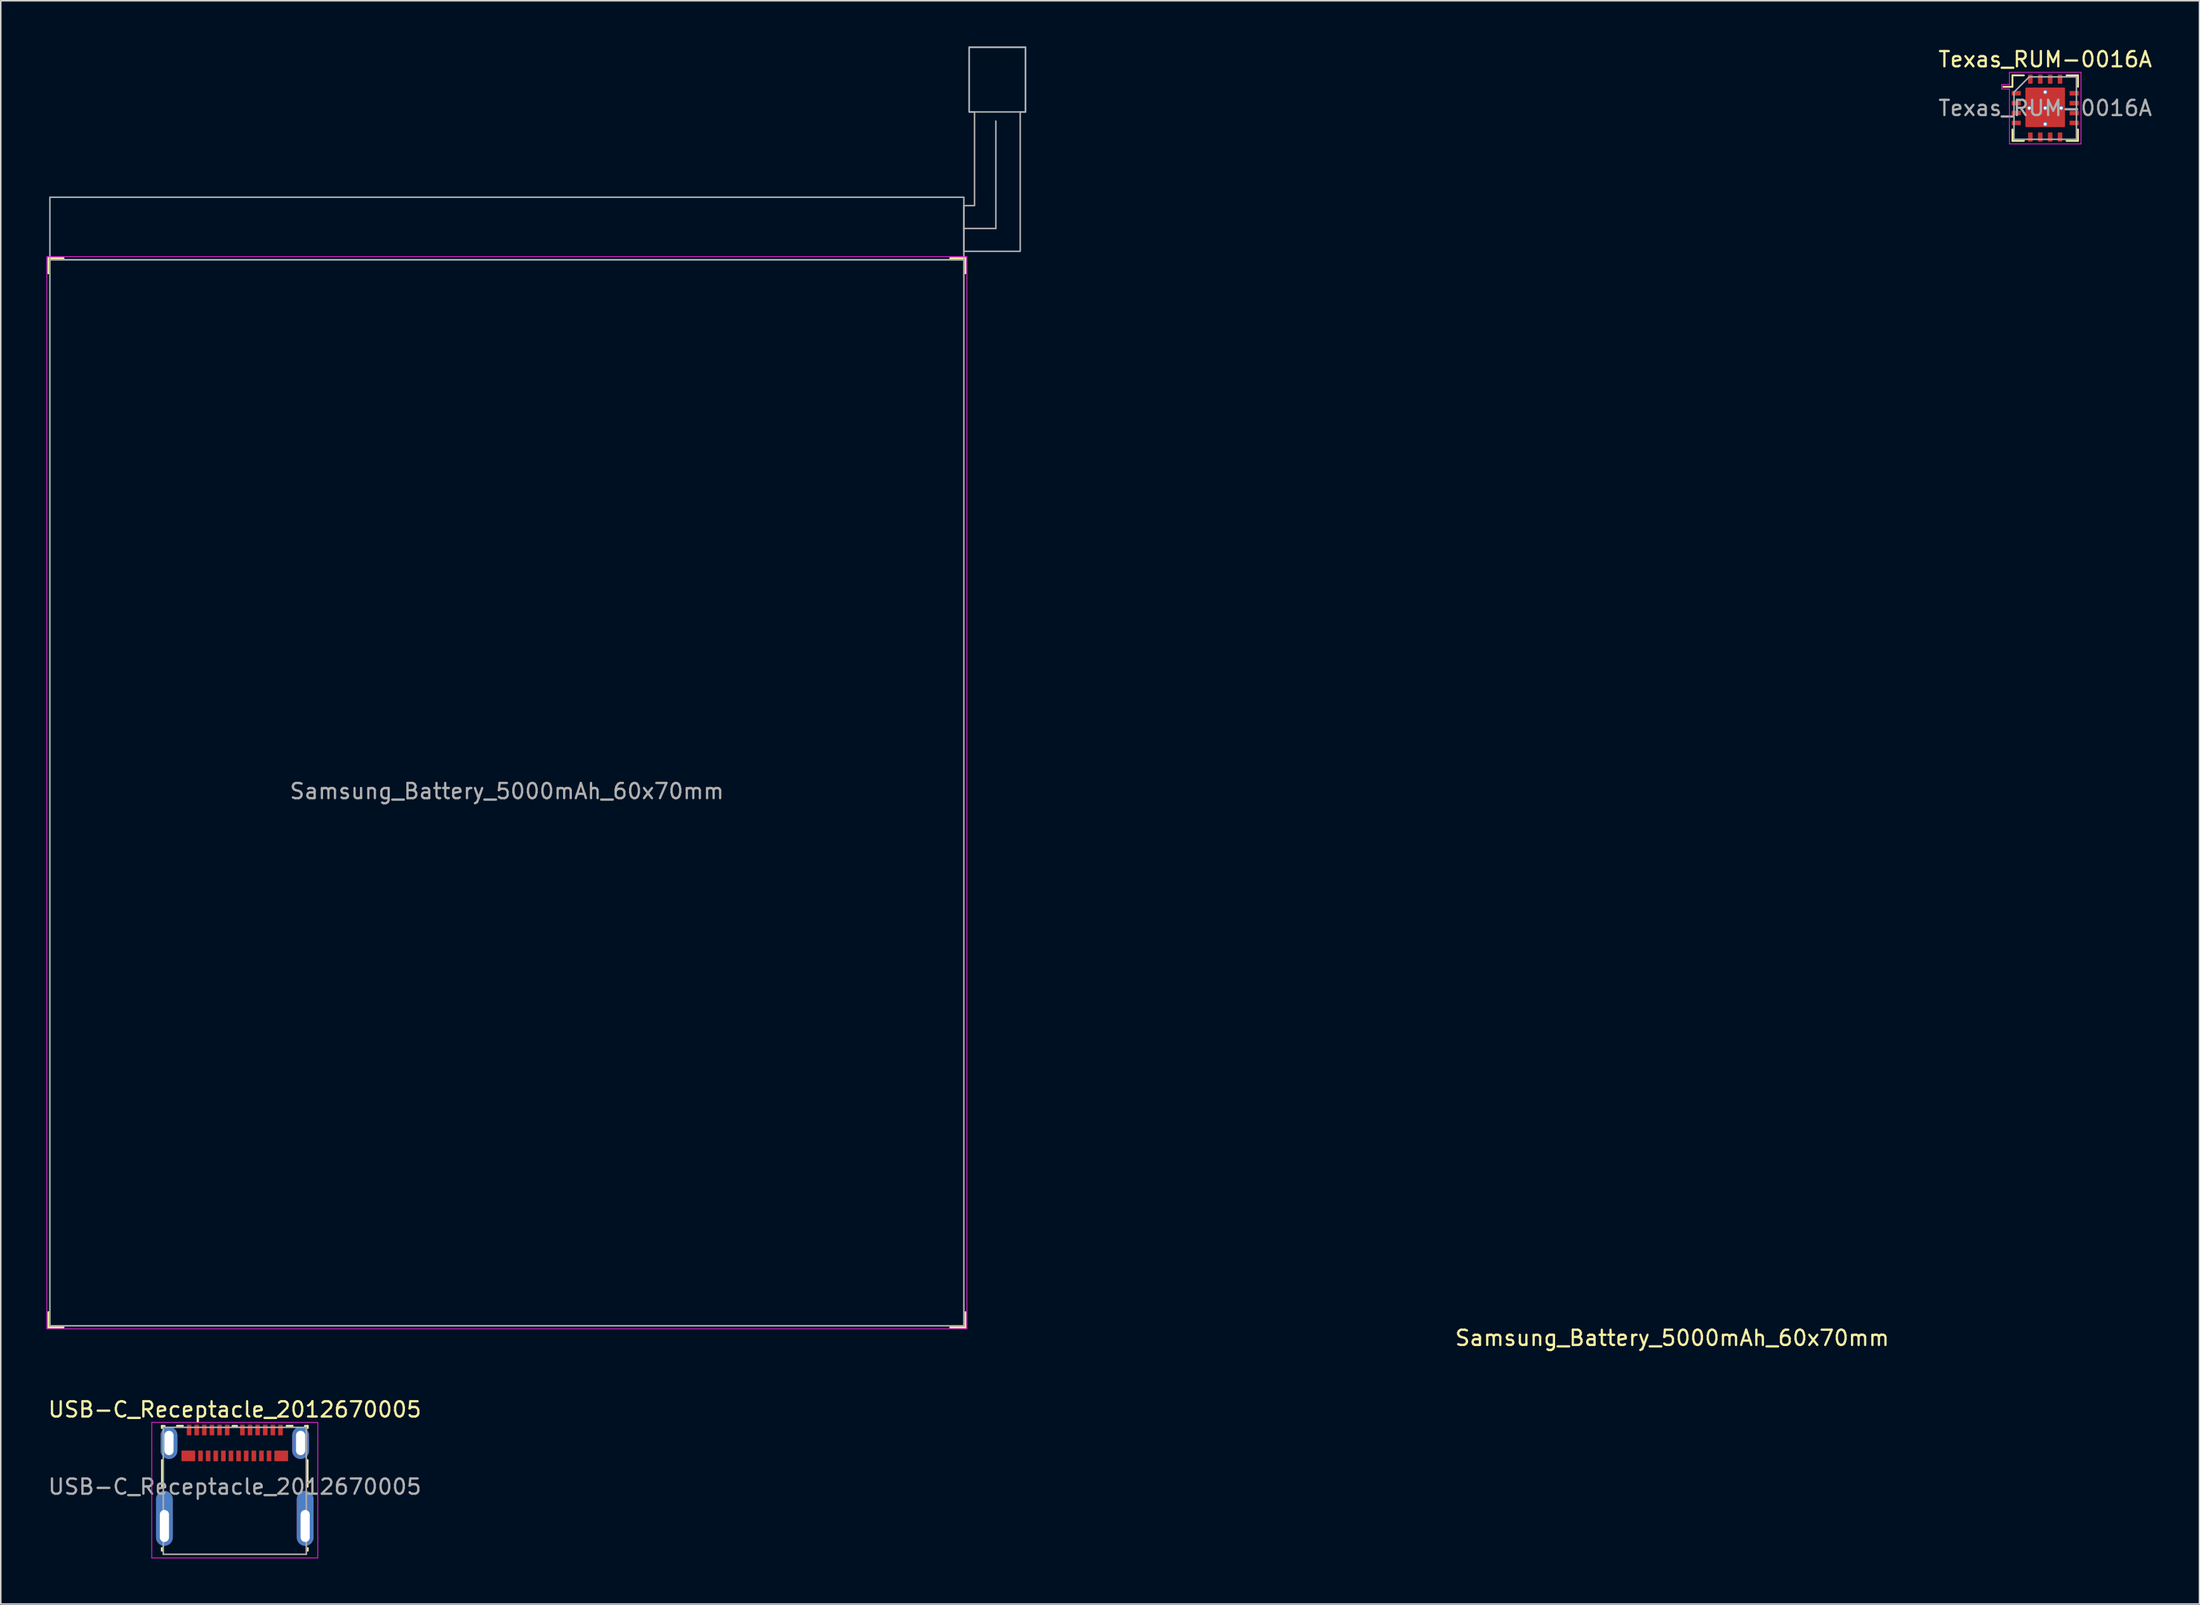
<source format=kicad_pcb>
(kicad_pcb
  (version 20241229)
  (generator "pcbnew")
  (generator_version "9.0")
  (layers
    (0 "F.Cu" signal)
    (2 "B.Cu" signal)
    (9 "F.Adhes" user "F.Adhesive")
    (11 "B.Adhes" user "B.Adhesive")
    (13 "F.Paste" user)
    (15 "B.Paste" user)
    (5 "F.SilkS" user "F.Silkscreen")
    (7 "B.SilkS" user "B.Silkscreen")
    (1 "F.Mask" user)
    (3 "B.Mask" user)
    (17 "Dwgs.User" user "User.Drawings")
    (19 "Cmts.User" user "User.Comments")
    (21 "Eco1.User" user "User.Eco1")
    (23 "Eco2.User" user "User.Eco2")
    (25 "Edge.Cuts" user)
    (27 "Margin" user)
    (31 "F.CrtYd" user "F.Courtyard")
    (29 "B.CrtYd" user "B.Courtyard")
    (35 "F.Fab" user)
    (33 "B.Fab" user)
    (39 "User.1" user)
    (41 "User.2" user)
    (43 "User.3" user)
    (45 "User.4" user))
  (footprint "Texas_RUM-0016A"
    (layer "F.Cu")
    (at 131.213 4.048)
    (property "Reference" "Texas_RUM-0016A" (at 0 -3.2 0) (layer "F.SilkS") (effects (font (size 1 1) (thickness 0.15))))
    (attr smd)
    (fp_line (start -2.15 -1.4) (end -2.75 -1.4) (stroke (width 0.12) (type solid)) (layer "F.SilkS"))
    (fp_line (start -2.15 -1.4) (end -2.15 -2.15) (stroke (width 0.12) (type solid)) (layer "F.SilkS"))
    (fp_line (start -2.15 1.4) (end -2.15 2.15) (stroke (width 0.12) (type solid)) (layer "F.SilkS"))
    (fp_line (start -1.4 -2.15) (end -2.15 -2.15) (stroke (width 0.12) (type solid)) (layer "F.SilkS"))
    (fp_line (start -1.4 2.15) (end -2.15 2.15) (stroke (width 0.12) (type solid)) (layer "F.SilkS"))
    (fp_line (start 2.15 -2.15) (end 1.4 -2.15) (stroke (width 0.12) (type solid)) (layer "F.SilkS"))
    (fp_line (start 2.15 -1.4) (end 2.15 -2.15) (stroke (width 0.12) (type solid)) (layer "F.SilkS"))
    (fp_line (start 2.15 1.4) (end 2.15 2.15) (stroke (width 0.12) (type solid)) (layer "F.SilkS"))
    (fp_line (start 2.15 2.15) (end 1.4 2.15) (stroke (width 0.12) (type solid)) (layer "F.SilkS"))
    (fp_line (start -2.85 -1.55) (end -2.85 -1.25) (stroke (width 0.05) (type solid)) (layer "F.CrtYd"))
    (fp_line (start -2.85 -1.55) (end -2.35 -1.55) (stroke (width 0.05) (type solid)) (layer "F.CrtYd"))
    (fp_line (start -2.85 -1.25) (end -2.35 -1.25) (stroke (width 0.05) (type solid)) (layer "F.CrtYd"))
    (fp_line (start -2.35 -2.35) (end -2.35 -1.55) (stroke (width 0.05) (type solid)) (layer "F.CrtYd"))
    (fp_line (start -2.35 -1.25) (end -2.35 2.35) (stroke (width 0.05) (type solid)) (layer "F.CrtYd"))
    (fp_line (start -2.35 2.35) (end 2.35 2.35) (stroke (width 0.05) (type solid)) (layer "F.CrtYd"))
    (fp_line (start 2.35 -2.35) (end -2.35 -2.35) (stroke (width 0.05) (type solid)) (layer "F.CrtYd"))
    (fp_line (start 2.35 2.35) (end 2.35 -2.35) (stroke (width 0.05) (type solid)) (layer "F.CrtYd"))
    (fp_line (start -2.05 -1.05) (end -2.05 2.05) (stroke (width 0.1) (type solid)) (layer "F.Fab"))
    (fp_line (start -2.05 2.05) (end 2.05 2.05) (stroke (width 0.1) (type solid)) (layer "F.Fab"))
    (fp_line (start -1.05 -2.05) (end -2.05 -1.05) (stroke (width 0.1) (type solid)) (layer "F.Fab"))
    (fp_line (start 2.05 -2.05) (end -1.05 -2.05) (stroke (width 0.1) (type solid)) (layer "F.Fab"))
    (fp_line (start 2.05 2.05) (end 2.05 -2.05) (stroke (width 0.1) (type solid)) (layer "F.Fab"))
    (fp_text user "${REFERENCE}" (at 0 0 0) (layer "F.Fab") (effects (font (size 1 1) (thickness 0.15))))
    (pad "1" smd roundrect (at -1.9 -0.975) (size 0.6 0.3) (layers "F.Cu" "F.Mask" "F.Paste") (roundrect_rratio 0.125))
    (pad "2" smd roundrect (at -1.9 -0.325) (size 0.6 0.3) (layers "F.Cu" "F.Mask" "F.Paste") (roundrect_rratio 0.125))
    (pad "3" smd roundrect (at -1.9 0.325) (size 0.6 0.3) (layers "F.Cu" "F.Mask" "F.Paste") (roundrect_rratio 0.125))
    (pad "4" smd roundrect (at -1.9 0.975) (size 0.6 0.3) (layers "F.Cu" "F.Mask" "F.Paste") (roundrect_rratio 0.125))
    (pad "5" smd roundrect (at -0.975 1.9 90) (size 0.6 0.3) (layers "F.Cu" "F.Mask" "F.Paste") (roundrect_rratio 0.125))
    (pad "6" smd roundrect (at -0.325 1.9 90) (size 0.6 0.3) (layers "F.Cu" "F.Mask" "F.Paste") (roundrect_rratio 0.125))
    (pad "7" smd roundrect (at 0.325 1.9 90) (size 0.6 0.3) (layers "F.Cu" "F.Mask" "F.Paste") (roundrect_rratio 0.125))
    (pad "8" smd roundrect (at 0.975 1.9 90) (size 0.6 0.3) (layers "F.Cu" "F.Mask" "F.Paste") (roundrect_rratio 0.125))
    (pad "9" smd roundrect (at 1.9 0.975) (size 0.6 0.3) (layers "F.Cu" "F.Mask" "F.Paste") (roundrect_rratio 0.125))
    (pad "10" smd roundrect (at 1.9 0.325) (size 0.6 0.3) (layers "F.Cu" "F.Mask" "F.Paste") (roundrect_rratio 0.125))
    (pad "11" smd roundrect (at 1.9 -0.325) (size 0.6 0.3) (layers "F.Cu" "F.Mask" "F.Paste") (roundrect_rratio 0.125))
    (pad "12" smd roundrect (at 1.9 -0.975) (size 0.6 0.3) (layers "F.Cu" "F.Mask" "F.Paste") (roundrect_rratio 0.125))
    (pad "13" smd roundrect (at 0.975 -1.9 90) (size 0.6 0.3) (layers "F.Cu" "F.Mask" "F.Paste") (roundrect_rratio 0.125))
    (pad "14" smd roundrect (at 0.325 -1.9 90) (size 0.6 0.3) (layers "F.Cu" "F.Mask" "F.Paste") (roundrect_rratio 0.125))
    (pad "15" smd roundrect (at -0.325 -1.9 90) (size 0.6 0.3) (layers "F.Cu" "F.Mask" "F.Paste") (roundrect_rratio 0.125))
    (pad "16" smd roundrect (at -0.975 -1.9 90) (size 0.6 0.3) (layers "F.Cu" "F.Mask" "F.Paste") (roundrect_rratio 0.125))
    (pad "DAP" thru_hole circle (at -1.05 0 90) (size 0.3 0.3) (drill 0.2) (layers "*.Cu" "*.Mask"))
    (pad "DAP" thru_hole circle (at 0 -1.05 90) (size 0.3 0.3) (drill 0.2) (layers "*.Cu" "*.Mask"))
    (pad "DAP" smd roundrect (at 0 -0.05 90) (size 2.6 2.6) (layers "F.Cu" "F.Mask" "F.Paste") (roundrect_rratio 0.025))
    (pad "DAP" thru_hole circle (at 0 0 90) (size 0.3 0.3) (drill 0.2) (layers "*.Cu" "*.Mask"))
    (pad "DAP" thru_hole circle (at 0 1.05 90) (size 0.3 0.3) (drill 0.2) (layers "*.Cu" "*.Mask"))
    (pad "DAP" thru_hole circle (at 1.05 0 90) (size 0.3 0.3) (drill 0.2) (layers "*.Cu" "*.Mask")))
  (footprint "Samsung_Battery_5000mAh_60x70mm"
    (layer "F.Cu")
    (at 30.225 49)
    (property "Reference" "Samsung_Battery_5000mAh_60x70mm" (at 76.5 35.8 0) (unlocked yes) (layer "F.SilkS") (effects (font (size 1 1) (thickness 0.15))))
    (attr exclude_from_pos_files)
    (fp_line (start -30.1 -35.1) (end -30.1 -34.1) (stroke (width 0.12) (type default)) (layer "F.SilkS"))
    (fp_line (start -30.1 -35.1) (end -29.1 -35.1) (stroke (width 0.12) (type default)) (layer "F.SilkS"))
    (fp_line (start -30.1 35.1) (end -30.1 34.1) (stroke (width 0.12) (type default)) (layer "F.SilkS"))
    (fp_line (start -30.1 35.1) (end -29.1 35.1) (stroke (width 0.12) (type default)) (layer "F.SilkS"))
    (fp_line (start 30.1 -35.1) (end 29.1 -35.1) (stroke (width 0.12) (type default)) (layer "F.SilkS"))
    (fp_line (start 30.1 -35.1) (end 30.1 -34.1) (stroke (width 0.12) (type default)) (layer "F.SilkS"))
    (fp_line (start 30.1 35.1) (end 29.1 35.1) (stroke (width 0.12) (type default)) (layer "F.SilkS"))
    (fp_line (start 30.1 35.1) (end 30.1 34.1) (stroke (width 0.12) (type default)) (layer "F.SilkS"))
    (fp_rect (start -30.2 -35.2) (end 30.2 35.2) (stroke (width 0.05) (type default)) (fill no) (layer "F.CrtYd"))
    (fp_line (start 32.1 -37.05) (end 30 -37.05) (stroke (width 0.1) (type default)) (layer "F.Fab"))
    (fp_line (start 32.1 -37.05) (end 32.1 -44.1) (stroke (width 0.1) (type default)) (layer "F.Fab"))
    (fp_rect (start -30 -39.1) (end 30 -35) (stroke (width 0.1) (type default)) (fill no) (layer "F.Fab"))
    (fp_rect (start -30 -35) (end 30 35) (stroke (width 0.1) (type default)) (fill no) (layer "F.Fab"))
    (fp_rect (start 30.35 -48.95) (end 34.05 -44.7) (stroke (width 0.1) (type default)) (fill no) (layer "F.Fab"))
    (fp_poly (pts (xy 30 -38.55) (xy 30.7 -38.55) (xy 30.7 -44.7) (xy 30.35 -44.7) (xy 30.35 -48.95) (xy 34.05 -48.95) (xy 34.05 -44.7) (xy 33.7 -44.7) (xy 33.7 -35.55) (xy 30 -35.55)) (stroke (width 0.1) (type solid)) (fill no) (layer "F.Fab"))
    (fp_text user "${REFERENCE}" (at 0 -0.1 0) (unlocked yes) (layer "F.Fab") (effects (font (size 1 1) (thickness 0.15)))))
  (footprint "USB-C_Receptacle_2012670005"
    (layer "F.Cu")
    (at 12.363 94.816)
    (property "Reference" "USB-C_Receptacle_2012670005" (at 0 -5.319 180) (layer "F.SilkS") (effects (font (size 1 1) (thickness 0.15))))
    (fp_line (start -4.79 -4.245) (end -4.79 -4.1) (stroke (width 0.12) (type solid)) (layer "F.SilkS"))
    (fp_line (start -4.79 -4.245) (end -4.6 -4.245) (stroke (width 0.12) (type solid)) (layer "F.SilkS"))
    (fp_line (start -4.79 3.95) (end -4.79 3.775) (stroke (width 0.12) (type solid)) (layer "F.SilkS"))
    (fp_line (start -4.78 -0.25) (end -4.78 -2) (stroke (width 0.12) (type solid)) (layer "F.SilkS"))
    (fp_line (start -3.8 -4.25) (end -3.4 -4.25) (stroke (width 0.12) (type solid)) (layer "F.SilkS"))
    (fp_line (start -0.15 -4.245) (end 0.15 -4.245) (stroke (width 0.12) (type solid)) (layer "F.SilkS"))
    (fp_line (start 3.8 -4.25) (end 3.4 -4.25) (stroke (width 0.12) (type solid)) (layer "F.SilkS"))
    (fp_line (start 4.6 -4.245) (end 4.79 -4.245) (stroke (width 0.12) (type solid)) (layer "F.SilkS"))
    (fp_line (start 4.78 -0.25) (end 4.78 -2) (stroke (width 0.12) (type solid)) (layer "F.SilkS"))
    (fp_line (start 4.79 -4.245) (end 4.79 -4.1) (stroke (width 0.12) (type solid)) (layer "F.SilkS"))
    (fp_line (start 4.79 3.775) (end 4.79 3.95) (stroke (width 0.12) (type solid)) (layer "F.SilkS"))
    (fp_line (start -4.695 4.005) (end -4.395 4.005) (stroke (width 0.05) (type solid)) (layer "Eco1.User"))
    (fp_line (start -4.095 4.005) (end -3.795 4.005) (stroke (width 0.05) (type solid)) (layer "Eco1.User"))
    (fp_line (start -3.195 4.005) (end -3.495 4.005) (stroke (width 0.05) (type solid)) (layer "Eco1.User"))
    (fp_line (start -2.895 4.005) (end -2.595 4.005) (stroke (width 0.05) (type solid)) (layer "Eco1.User"))
    (fp_line (start -2.295 4.005) (end -1.995 4.005) (stroke (width 0.05) (type solid)) (layer "Eco1.User"))
    (fp_line (start -1.395 4.005) (end -1.695 4.005) (stroke (width 0.05) (type solid)) (layer "Eco1.User"))
    (fp_line (start -1.095 4.005) (end -0.795 4.005) (stroke (width 0.05) (type solid)) (layer "Eco1.User"))
    (fp_line (start -0.495 4.005) (end -0.195 4.005) (stroke (width 0.05) (type solid)) (layer "Eco1.User"))
    (fp_line (start 0.495 4.005) (end 0.195 4.005) (stroke (width 0.05) (type solid)) (layer "Eco1.User"))
    (fp_line (start 0.795 4.005) (end 1.095 4.005) (stroke (width 0.05) (type solid)) (layer "Eco1.User"))
    (fp_line (start 1.395 4.005) (end 1.695 4.005) (stroke (width 0.05) (type solid)) (layer "Eco1.User"))
    (fp_line (start 2.295 4.005) (end 1.995 4.005) (stroke (width 0.05) (type solid)) (layer "Eco1.User"))
    (fp_line (start 2.595 4.005) (end 2.895 4.005) (stroke (width 0.05) (type solid)) (layer "Eco1.User"))
    (fp_line (start 3.195 4.005) (end 3.495 4.005) (stroke (width 0.05) (type solid)) (layer "Eco1.User"))
    (fp_line (start 4.095 4.005) (end 3.795 4.005) (stroke (width 0.05) (type solid)) (layer "Eco1.User"))
    (fp_line (start 4.395 4.005) (end 4.695 4.005) (stroke (width 0.05) (type solid)) (layer "Eco1.User"))
    (fp_line (start -5.45 -4.475) (end -5.45 4.425) (stroke (width 0.05) (type solid)) (layer "F.CrtYd"))
    (fp_line (start 5.45 -4.475) (end -5.45 -4.475) (stroke (width 0.05) (type solid)) (layer "F.CrtYd"))
    (fp_line (start 5.45 -4.475) (end 5.45 4.425) (stroke (width 0.05) (type solid)) (layer "F.CrtYd"))
    (fp_line (start 5.45 4.425) (end -5.45 4.425) (stroke (width 0.05) (type solid)) (layer "F.CrtYd"))
    (fp_line (start -4.695 -4.15) (end -4.695 4.185) (stroke (width 0.1) (type solid)) (layer "F.Fab"))
    (fp_line (start 4.695 -4.15) (end -4.695 -4.15) (stroke (width 0.1) (type solid)) (layer "F.Fab"))
    (fp_line (start 4.695 -4.15) (end 4.695 4.185) (stroke (width 0.1) (type solid)) (layer "F.Fab"))
    (fp_line (start 4.695 4.185) (end -4.695 4.185) (stroke (width 0.1) (type solid)) (layer "F.Fab"))
    (fp_text user "PCB EDGE" (at 0 3.735 180) (layer "Eco1.User") (effects (font (size 0.25 0.25) (thickness 0.05))))
    (fp_text user "${REFERENCE}" (at 0 -0.25 180) (layer "F.Fab") (effects (font (size 1 1) (thickness 0.15))))
    (pad "A1" smd roundrect (at -3 -3.975) (size 0.3 0.7) (layers "F.Cu" "F.Mask" "F.Paste") (roundrect_rratio 0.06))
    (pad "A2" smd roundrect (at -2.5 -3.975) (size 0.3 0.7) (layers "F.Cu" "F.Mask" "F.Paste") (roundrect_rratio 0.06))
    (pad "A3" smd roundrect (at -2 -3.975) (size 0.3 0.7) (layers "F.Cu" "F.Mask" "F.Paste") (roundrect_rratio 0.06))
    (pad "A4" smd roundrect (at -1.5 -3.975) (size 0.3 0.7) (layers "F.Cu" "F.Mask" "F.Paste") (roundrect_rratio 0.06))
    (pad "A5" smd roundrect (at -1 -3.975) (size 0.3 0.7) (layers "F.Cu" "F.Mask" "F.Paste") (roundrect_rratio 0.06))
    (pad "A6" smd roundrect (at -0.5 -3.975) (size 0.3 0.7) (layers "F.Cu" "F.Mask" "F.Paste") (roundrect_rratio 0.06))
    (pad "A7" smd roundrect (at 0.5 -3.975) (size 0.3 0.7) (layers "F.Cu" "F.Mask" "F.Paste") (roundrect_rratio 0.06))
    (pad "A8" smd roundrect (at 1 -3.975) (size 0.3 0.7) (layers "F.Cu" "F.Mask" "F.Paste") (roundrect_rratio 0.06))
    (pad "A9" smd roundrect (at 1.5 -3.975) (size 0.3 0.7) (layers "F.Cu" "F.Mask" "F.Paste") (roundrect_rratio 0.06))
    (pad "A10" smd roundrect (at 2 -3.975) (size 0.3 0.7) (layers "F.Cu" "F.Mask" "F.Paste") (roundrect_rratio 0.06))
    (pad "A11" smd roundrect (at 2.5 -3.975) (size 0.3 0.7) (layers "F.Cu" "F.Mask" "F.Paste") (roundrect_rratio 0.06))
    (pad "A12" smd roundrect (at 3 -3.975) (size 0.3 0.7) (layers "F.Cu" "F.Mask" "F.Paste") (roundrect_rratio 0.06))
    (pad "B1" smd roundrect (at 3.05 -2.275) (size 0.9 0.7) (layers "F.Cu" "F.Mask" "F.Paste") (roundrect_rratio 0.06))
    (pad "B2" smd roundrect (at 2.25 -2.275) (size 0.3 0.7) (layers "F.Cu" "F.Mask" "F.Paste") (roundrect_rratio 0.06))
    (pad "B3" smd roundrect (at 1.75 -2.275) (size 0.3 0.7) (layers "F.Cu" "F.Mask" "F.Paste") (roundrect_rratio 0.06))
    (pad "B4" smd roundrect (at 1.25 -2.275) (size 0.3 0.7) (layers "F.Cu" "F.Mask" "F.Paste") (roundrect_rratio 0.06))
    (pad "B5" smd roundrect (at 0.75 -2.275) (size 0.3 0.7) (layers "F.Cu" "F.Mask" "F.Paste") (roundrect_rratio 0.06))
    (pad "B6" smd roundrect (at 0.25 -2.275) (size 0.3 0.7) (layers "F.Cu" "F.Mask" "F.Paste") (roundrect_rratio 0.06))
    (pad "B7" smd roundrect (at -0.25 -2.275) (size 0.3 0.7) (layers "F.Cu" "F.Mask" "F.Paste") (roundrect_rratio 0.06))
    (pad "B8" smd roundrect (at -0.75 -2.275) (size 0.3 0.7) (layers "F.Cu" "F.Mask" "F.Paste") (roundrect_rratio 0.06))
    (pad "B9" smd roundrect (at -1.25 -2.275) (size 0.3 0.7) (layers "F.Cu" "F.Mask" "F.Paste") (roundrect_rratio 0.06))
    (pad "B10" smd roundrect (at -1.75 -2.275) (size 0.3 0.7) (layers "F.Cu" "F.Mask" "F.Paste") (roundrect_rratio 0.06))
    (pad "B11" smd roundrect (at -2.25 -2.275) (size 0.3 0.7) (layers "F.Cu" "F.Mask" "F.Paste") (roundrect_rratio 0.06))
    (pad "B12" smd roundrect (at -3.05 -2.275) (size 0.9 0.7) (layers "F.Cu" "F.Mask" "F.Paste") (roundrect_rratio 0.06))
    (pad "SH" thru_hole oval (at -4.62 2.325) (size 1.1 3.6) (drill oval 0.6 2.1 (offset 0 -0.5)) (layers "*.Cu" "*.Mask"))
    (pad "SH" thru_hole oval (at -4.32 -3.125) (size 1.1 2.1) (drill oval 0.6 1.6) (layers "*.Cu" "*.Mask"))
    (pad "SH" thru_hole oval (at 4.32 -3.125) (size 1.1 2.1) (drill oval 0.6 1.6) (layers "*.Cu" "*.Mask"))
    (pad "SH" thru_hole oval (at 4.62 2.325) (size 1.1 3.6) (drill oval 0.6 2.1 (offset 0 -0.5)) (layers "*.Cu" "*.Mask")))
  (gr_rect
    (start -3 -3)
    (end 141.338 102.266)
    (stroke (width 0.1) (type default))
    (fill no)
    (layer "Edge.Cuts")))
</source>
